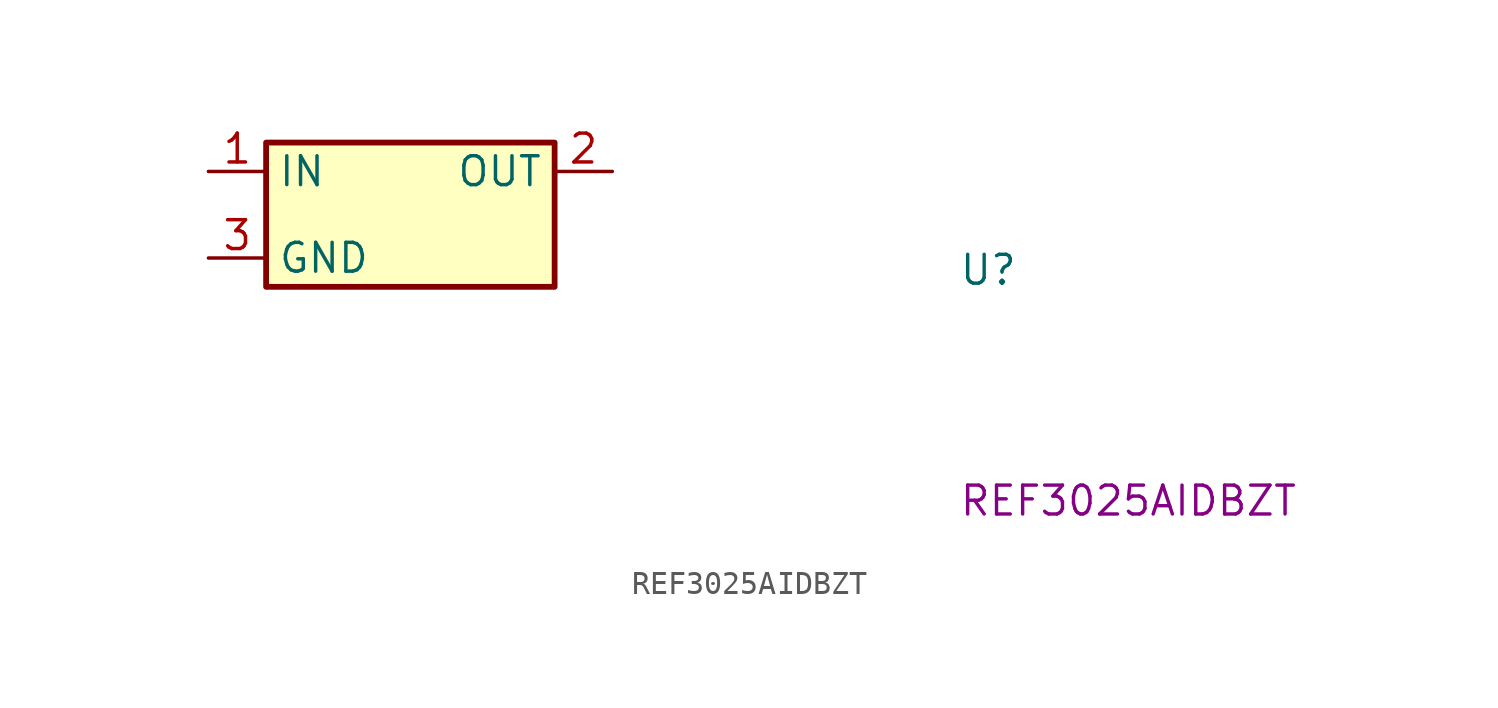
<source format=kicad_sym>
(kicad_symbol_lib
  (version 20220914)
  (generator kicad_symbol_editor)
  (symbol "REF3025AIDBZT"
    (property "Reference" "U"
      (at 33.02 -5.08 0)
      (effects (font (size 1.27 1.27) (thickness 0.15)) (justify left bottom)))
    (property "MPN" "REF3025AIDBZT"
      (at 33.02 -15.24 0)
      (effects (font (size 1.27 1.27) (thickness 0.15)) (justify left bottom)))
    (symbol "REF3025AIDBZT_1_1"
      (rectangle (start 2.54 1.27) (end 15.24 -5.08) (stroke (width 0.254) (type default)) (fill (type background)))
      (pin power_in line (at 0 0 0) (length 2.54) (name "IN" (effects (font (size 1.27 1.27)))) (number "1" (effects (font (size 1.27 1.27)))))
      (pin output line (at 17.78 0 180) (length 2.54) (name "OUT" (effects (font (size 1.27 1.27)))) (number "2" (effects (font (size 1.27 1.27)))))
      (pin passive line (at 0 -3.81 0) (length 2.54) (name "GND" (effects (font (size 1.27 1.27)))) (number "3" (effects (font (size 1.27 1.27))))))))
</source>
